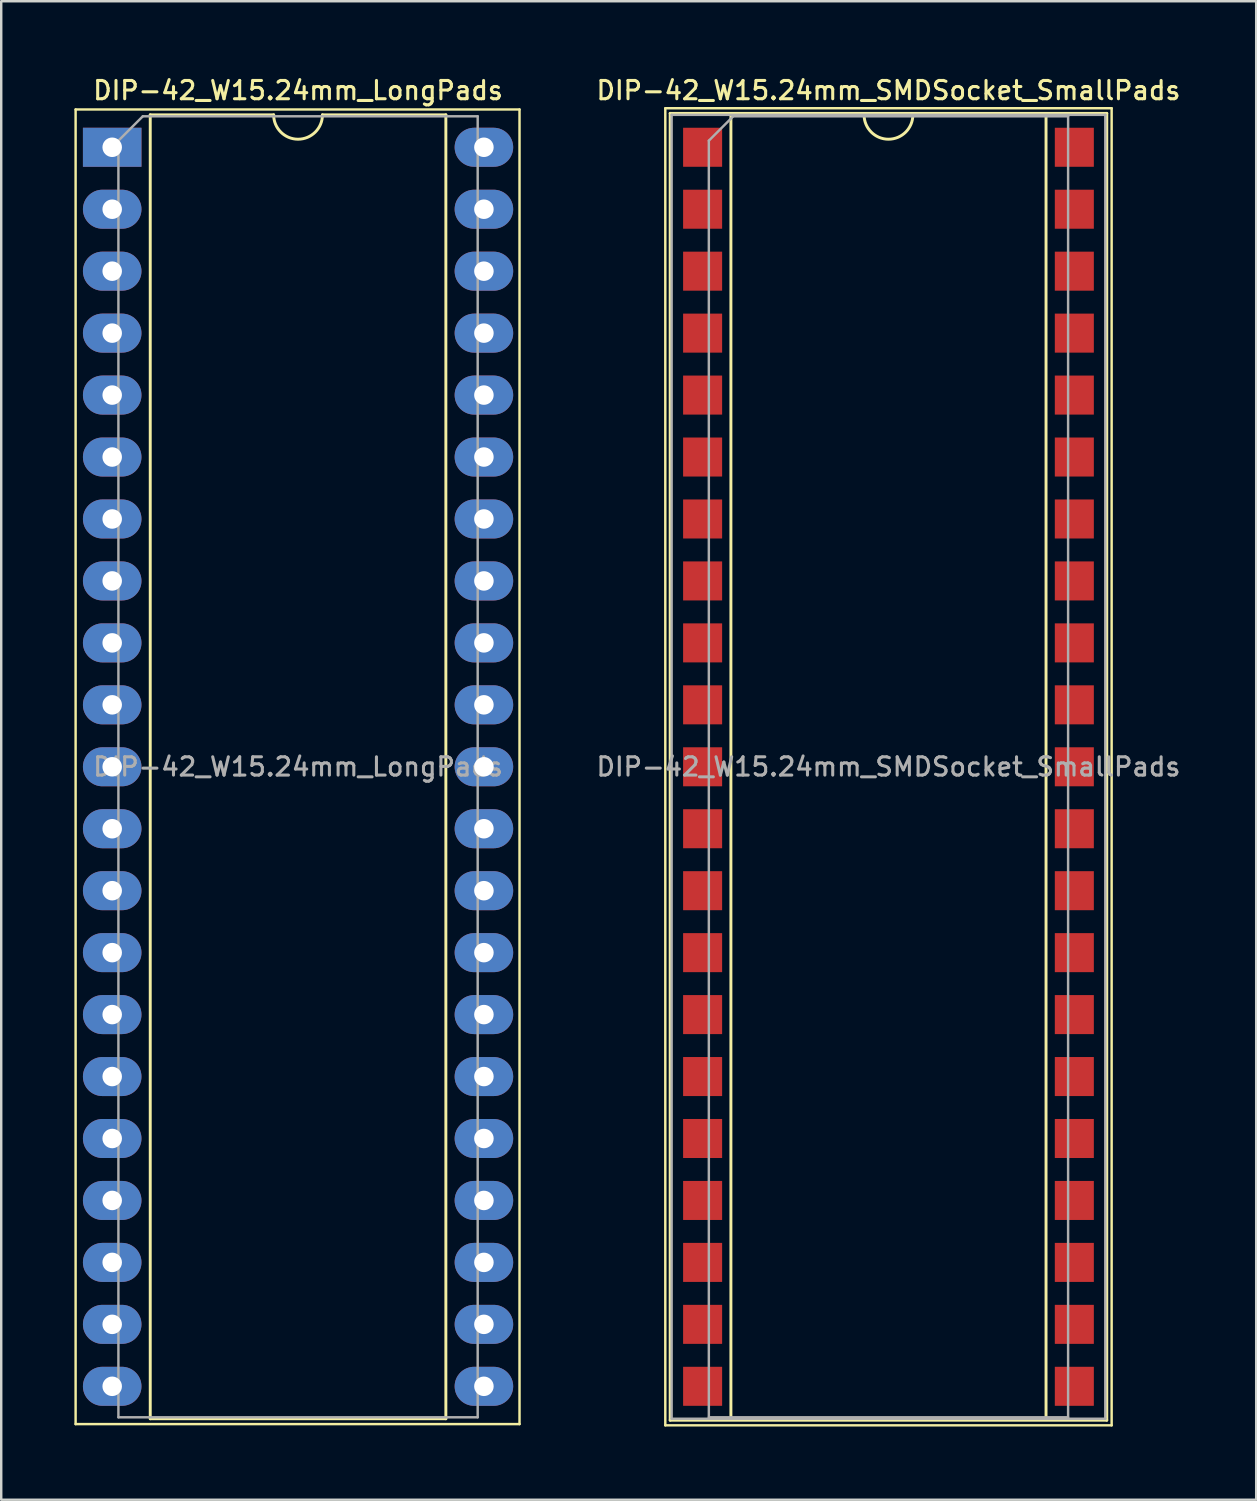
<source format=kicad_pcb>
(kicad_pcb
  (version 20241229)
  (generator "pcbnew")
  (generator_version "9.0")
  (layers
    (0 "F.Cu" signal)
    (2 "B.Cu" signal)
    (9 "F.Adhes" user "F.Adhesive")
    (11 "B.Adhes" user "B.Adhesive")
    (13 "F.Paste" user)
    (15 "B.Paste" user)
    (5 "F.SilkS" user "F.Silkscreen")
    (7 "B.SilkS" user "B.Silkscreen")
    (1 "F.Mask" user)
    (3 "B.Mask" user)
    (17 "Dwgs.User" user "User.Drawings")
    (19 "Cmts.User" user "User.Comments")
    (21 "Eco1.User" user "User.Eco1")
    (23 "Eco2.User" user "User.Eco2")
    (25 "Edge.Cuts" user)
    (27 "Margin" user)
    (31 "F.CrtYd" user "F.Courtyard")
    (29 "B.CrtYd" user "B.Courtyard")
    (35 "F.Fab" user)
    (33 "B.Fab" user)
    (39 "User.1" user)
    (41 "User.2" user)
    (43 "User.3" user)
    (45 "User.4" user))
  (footprint "DIP-42_W15.24mm_SMDSocket_SmallPads"
    (layer "F.Cu")
    (at 33.377 28.388)
    (property "Reference" "DIP-42_W15.24mm_SMDSocket_SmallPads" (at 0 -27.73 0) (layer "F.SilkS") (effects (font (size 0.75 0.75) (thickness 0.125))))
    (attr smd)
    (fp_line (start -9.15 -27) (end -9.15 27) (stroke (width 0.1) (type solid)) (layer "F.SilkS"))
    (fp_line (start -9.15 27) (end 9.15 27) (stroke (width 0.1) (type solid)) (layer "F.SilkS"))
    (fp_line (start -8.95 -26.79) (end -8.95 26.79) (stroke (width 0.12) (type solid)) (layer "F.SilkS"))
    (fp_line (start -8.95 26.79) (end 8.95 26.79) (stroke (width 0.12) (type solid)) (layer "F.SilkS"))
    (fp_line (start -6.46 -26.73) (end -6.46 26.73) (stroke (width 0.12) (type solid)) (layer "F.SilkS"))
    (fp_line (start -6.46 26.73) (end 6.46 26.73) (stroke (width 0.12) (type solid)) (layer "F.SilkS"))
    (fp_line (start -1 -26.73) (end -6.46 -26.73) (stroke (width 0.12) (type solid)) (layer "F.SilkS"))
    (fp_line (start 6.46 -26.73) (end 1 -26.73) (stroke (width 0.12) (type solid)) (layer "F.SilkS"))
    (fp_line (start 6.46 26.73) (end 6.46 -26.73) (stroke (width 0.12) (type solid)) (layer "F.SilkS"))
    (fp_line (start 8.95 -26.79) (end -8.95 -26.79) (stroke (width 0.12) (type solid)) (layer "F.SilkS"))
    (fp_line (start 8.95 26.79) (end 8.95 -26.79) (stroke (width 0.12) (type solid)) (layer "F.SilkS"))
    (fp_line (start 9.15 -27) (end -9.15 -27) (stroke (width 0.1) (type solid)) (layer "F.SilkS"))
    (fp_line (start 9.15 27) (end 9.15 -27) (stroke (width 0.1) (type solid)) (layer "F.SilkS"))
    (fp_arc (start 1 -26.73) (mid 0 -25.73) (end -1 -26.73) (stroke (width 0.12) (type solid)) (layer "F.SilkS"))
    (fp_line (start -8.89 -26.73) (end -8.89 26.73) (stroke (width 0.1) (type solid)) (layer "F.Fab"))
    (fp_line (start -8.89 26.73) (end 8.89 26.73) (stroke (width 0.1) (type solid)) (layer "F.Fab"))
    (fp_line (start -7.365 -25.67) (end -6.365 -26.67) (stroke (width 0.1) (type solid)) (layer "F.Fab"))
    (fp_line (start -7.365 26.67) (end -7.365 -25.67) (stroke (width 0.1) (type solid)) (layer "F.Fab"))
    (fp_line (start -6.365 -26.67) (end 7.365 -26.67) (stroke (width 0.1) (type solid)) (layer "F.Fab"))
    (fp_line (start 7.365 -26.67) (end 7.365 26.67) (stroke (width 0.1) (type solid)) (layer "F.Fab"))
    (fp_line (start 7.365 26.67) (end -7.365 26.67) (stroke (width 0.1) (type solid)) (layer "F.Fab"))
    (fp_line (start 8.89 -26.73) (end -8.89 -26.73) (stroke (width 0.1) (type solid)) (layer "F.Fab"))
    (fp_line (start 8.89 26.73) (end 8.89 -26.73) (stroke (width 0.1) (type solid)) (layer "F.Fab"))
    (fp_text user "${REFERENCE}" (at 0 0 0) (layer "F.Fab") (effects (font (size 0.75 0.75) (thickness 0.125))))
    (pad "1" smd rect (at -7.62 -25.4) (size 1.6 1.6) (layers "F.Cu" "F.Mask" "F.Paste"))
    (pad "2" smd rect (at -7.62 -22.86) (size 1.6 1.6) (layers "F.Cu" "F.Mask" "F.Paste"))
    (pad "3" smd rect (at -7.62 -20.32) (size 1.6 1.6) (layers "F.Cu" "F.Mask" "F.Paste"))
    (pad "4" smd rect (at -7.62 -17.78) (size 1.6 1.6) (layers "F.Cu" "F.Mask" "F.Paste"))
    (pad "5" smd rect (at -7.62 -15.24) (size 1.6 1.6) (layers "F.Cu" "F.Mask" "F.Paste"))
    (pad "6" smd rect (at -7.62 -12.7) (size 1.6 1.6) (layers "F.Cu" "F.Mask" "F.Paste"))
    (pad "7" smd rect (at -7.62 -10.16) (size 1.6 1.6) (layers "F.Cu" "F.Mask" "F.Paste"))
    (pad "8" smd rect (at -7.62 -7.62) (size 1.6 1.6) (layers "F.Cu" "F.Mask" "F.Paste"))
    (pad "9" smd rect (at -7.62 -5.08) (size 1.6 1.6) (layers "F.Cu" "F.Mask" "F.Paste"))
    (pad "10" smd rect (at -7.62 -2.54) (size 1.6 1.6) (layers "F.Cu" "F.Mask" "F.Paste"))
    (pad "11" smd rect (at -7.62 0) (size 1.6 1.6) (layers "F.Cu" "F.Mask" "F.Paste"))
    (pad "12" smd rect (at -7.62 2.54) (size 1.6 1.6) (layers "F.Cu" "F.Mask" "F.Paste"))
    (pad "13" smd rect (at -7.62 5.08) (size 1.6 1.6) (layers "F.Cu" "F.Mask" "F.Paste"))
    (pad "14" smd rect (at -7.62 7.62) (size 1.6 1.6) (layers "F.Cu" "F.Mask" "F.Paste"))
    (pad "15" smd rect (at -7.62 10.16) (size 1.6 1.6) (layers "F.Cu" "F.Mask" "F.Paste"))
    (pad "16" smd rect (at -7.62 12.7) (size 1.6 1.6) (layers "F.Cu" "F.Mask" "F.Paste"))
    (pad "17" smd rect (at -7.62 15.24) (size 1.6 1.6) (layers "F.Cu" "F.Mask" "F.Paste"))
    (pad "18" smd rect (at -7.62 17.78) (size 1.6 1.6) (layers "F.Cu" "F.Mask" "F.Paste"))
    (pad "19" smd rect (at -7.62 20.32) (size 1.6 1.6) (layers "F.Cu" "F.Mask" "F.Paste"))
    (pad "20" smd rect (at -7.62 22.86) (size 1.6 1.6) (layers "F.Cu" "F.Mask" "F.Paste"))
    (pad "21" smd rect (at -7.62 25.4) (size 1.6 1.6) (layers "F.Cu" "F.Mask" "F.Paste"))
    (pad "22" smd rect (at 7.62 25.4) (size 1.6 1.6) (layers "F.Cu" "F.Mask" "F.Paste"))
    (pad "23" smd rect (at 7.62 22.86) (size 1.6 1.6) (layers "F.Cu" "F.Mask" "F.Paste"))
    (pad "24" smd rect (at 7.62 20.32) (size 1.6 1.6) (layers "F.Cu" "F.Mask" "F.Paste"))
    (pad "25" smd rect (at 7.62 17.78) (size 1.6 1.6) (layers "F.Cu" "F.Mask" "F.Paste"))
    (pad "26" smd rect (at 7.62 15.24) (size 1.6 1.6) (layers "F.Cu" "F.Mask" "F.Paste"))
    (pad "27" smd rect (at 7.62 12.7) (size 1.6 1.6) (layers "F.Cu" "F.Mask" "F.Paste"))
    (pad "28" smd rect (at 7.62 10.16) (size 1.6 1.6) (layers "F.Cu" "F.Mask" "F.Paste"))
    (pad "29" smd rect (at 7.62 7.62) (size 1.6 1.6) (layers "F.Cu" "F.Mask" "F.Paste"))
    (pad "30" smd rect (at 7.62 5.08) (size 1.6 1.6) (layers "F.Cu" "F.Mask" "F.Paste"))
    (pad "31" smd rect (at 7.62 2.54) (size 1.6 1.6) (layers "F.Cu" "F.Mask" "F.Paste"))
    (pad "32" smd rect (at 7.62 0) (size 1.6 1.6) (layers "F.Cu" "F.Mask" "F.Paste"))
    (pad "33" smd rect (at 7.62 -2.54) (size 1.6 1.6) (layers "F.Cu" "F.Mask" "F.Paste"))
    (pad "34" smd rect (at 7.62 -5.08) (size 1.6 1.6) (layers "F.Cu" "F.Mask" "F.Paste"))
    (pad "35" smd rect (at 7.62 -7.62) (size 1.6 1.6) (layers "F.Cu" "F.Mask" "F.Paste"))
    (pad "36" smd rect (at 7.62 -10.16) (size 1.6 1.6) (layers "F.Cu" "F.Mask" "F.Paste"))
    (pad "37" smd rect (at 7.62 -12.7) (size 1.6 1.6) (layers "F.Cu" "F.Mask" "F.Paste"))
    (pad "38" smd rect (at 7.62 -15.24) (size 1.6 1.6) (layers "F.Cu" "F.Mask" "F.Paste"))
    (pad "39" smd rect (at 7.62 -17.78) (size 1.6 1.6) (layers "F.Cu" "F.Mask" "F.Paste"))
    (pad "40" smd rect (at 7.62 -20.32) (size 1.6 1.6) (layers "F.Cu" "F.Mask" "F.Paste"))
    (pad "41" smd rect (at 7.62 -22.86) (size 1.6 1.6) (layers "F.Cu" "F.Mask" "F.Paste"))
    (pad "42" smd rect (at 7.62 -25.4) (size 1.6 1.6) (layers "F.Cu" "F.Mask" "F.Paste")))
  (footprint "DIP-42_W15.24mm_LongPads"
    (layer "F.Cu")
    (at 1.55 2.988)
    (property "Reference" "DIP-42_W15.24mm_LongPads" (at 7.62 -2.33 0) (layer "F.SilkS") (effects (font (size 0.75 0.75) (thickness 0.125))))
    (attr through_hole)
    (fp_line (start -1.5 -1.55) (end -1.5 52.35) (stroke (width 0.1) (type solid)) (layer "F.SilkS"))
    (fp_line (start -1.5 52.35) (end 16.7 52.35) (stroke (width 0.1) (type solid)) (layer "F.SilkS"))
    (fp_line (start 1.56 -1.33) (end 1.56 52.13) (stroke (width 0.12) (type solid)) (layer "F.SilkS"))
    (fp_line (start 1.56 52.13) (end 13.68 52.13) (stroke (width 0.12) (type solid)) (layer "F.SilkS"))
    (fp_line (start 6.62 -1.33) (end 1.56 -1.33) (stroke (width 0.12) (type solid)) (layer "F.SilkS"))
    (fp_line (start 13.68 -1.33) (end 8.62 -1.33) (stroke (width 0.12) (type solid)) (layer "F.SilkS"))
    (fp_line (start 13.68 52.13) (end 13.68 -1.33) (stroke (width 0.12) (type solid)) (layer "F.SilkS"))
    (fp_line (start 16.7 -1.55) (end -1.5 -1.55) (stroke (width 0.1) (type solid)) (layer "F.SilkS"))
    (fp_line (start 16.7 52.35) (end 16.7 -1.55) (stroke (width 0.1) (type solid)) (layer "F.SilkS"))
    (fp_arc (start 8.62 -1.33) (mid 7.62 -0.33) (end 6.62 -1.33) (stroke (width 0.12) (type solid)) (layer "F.SilkS"))
    (fp_line (start 0.255 -0.27) (end 1.255 -1.27) (stroke (width 0.1) (type solid)) (layer "F.Fab"))
    (fp_line (start 0.255 52.07) (end 0.255 -0.27) (stroke (width 0.1) (type solid)) (layer "F.Fab"))
    (fp_line (start 1.255 -1.27) (end 14.985 -1.27) (stroke (width 0.1) (type solid)) (layer "F.Fab"))
    (fp_line (start 14.985 -1.27) (end 14.985 52.07) (stroke (width 0.1) (type solid)) (layer "F.Fab"))
    (fp_line (start 14.985 52.07) (end 0.255 52.07) (stroke (width 0.1) (type solid)) (layer "F.Fab"))
    (fp_text user "${REFERENCE}" (at 7.62 25.4 0) (layer "F.Fab") (effects (font (size 0.75 0.75) (thickness 0.125))))
    (pad "1" thru_hole rect (at 0 0) (size 2.4 1.6) (drill 0.8) (layers "*.Cu" "*.Mask"))
    (pad "2" thru_hole oval (at 0 2.54) (size 2.4 1.6) (drill 0.8) (layers "*.Cu" "*.Mask"))
    (pad "3" thru_hole oval (at 0 5.08) (size 2.4 1.6) (drill 0.8) (layers "*.Cu" "*.Mask"))
    (pad "4" thru_hole oval (at 0 7.62) (size 2.4 1.6) (drill 0.8) (layers "*.Cu" "*.Mask"))
    (pad "5" thru_hole oval (at 0 10.16) (size 2.4 1.6) (drill 0.8) (layers "*.Cu" "*.Mask"))
    (pad "6" thru_hole oval (at 0 12.7) (size 2.4 1.6) (drill 0.8) (layers "*.Cu" "*.Mask"))
    (pad "7" thru_hole oval (at 0 15.24) (size 2.4 1.6) (drill 0.8) (layers "*.Cu" "*.Mask"))
    (pad "8" thru_hole oval (at 0 17.78) (size 2.4 1.6) (drill 0.8) (layers "*.Cu" "*.Mask"))
    (pad "9" thru_hole oval (at 0 20.32) (size 2.4 1.6) (drill 0.8) (layers "*.Cu" "*.Mask"))
    (pad "10" thru_hole oval (at 0 22.86) (size 2.4 1.6) (drill 0.8) (layers "*.Cu" "*.Mask"))
    (pad "11" thru_hole oval (at 0 25.4) (size 2.4 1.6) (drill 0.8) (layers "*.Cu" "*.Mask"))
    (pad "12" thru_hole oval (at 0 27.94) (size 2.4 1.6) (drill 0.8) (layers "*.Cu" "*.Mask"))
    (pad "13" thru_hole oval (at 0 30.48) (size 2.4 1.6) (drill 0.8) (layers "*.Cu" "*.Mask"))
    (pad "14" thru_hole oval (at 0 33.02) (size 2.4 1.6) (drill 0.8) (layers "*.Cu" "*.Mask"))
    (pad "15" thru_hole oval (at 0 35.56) (size 2.4 1.6) (drill 0.8) (layers "*.Cu" "*.Mask"))
    (pad "16" thru_hole oval (at 0 38.1) (size 2.4 1.6) (drill 0.8) (layers "*.Cu" "*.Mask"))
    (pad "17" thru_hole oval (at 0 40.64) (size 2.4 1.6) (drill 0.8) (layers "*.Cu" "*.Mask"))
    (pad "18" thru_hole oval (at 0 43.18) (size 2.4 1.6) (drill 0.8) (layers "*.Cu" "*.Mask"))
    (pad "19" thru_hole oval (at 0 45.72) (size 2.4 1.6) (drill 0.8) (layers "*.Cu" "*.Mask"))
    (pad "20" thru_hole oval (at 0 48.26) (size 2.4 1.6) (drill 0.8) (layers "*.Cu" "*.Mask"))
    (pad "21" thru_hole oval (at 0 50.8) (size 2.4 1.6) (drill 0.8) (layers "*.Cu" "*.Mask"))
    (pad "22" thru_hole oval (at 15.24 50.8) (size 2.4 1.6) (drill 0.8) (layers "*.Cu" "*.Mask"))
    (pad "23" thru_hole oval (at 15.24 48.26) (size 2.4 1.6) (drill 0.8) (layers "*.Cu" "*.Mask"))
    (pad "24" thru_hole oval (at 15.24 45.72) (size 2.4 1.6) (drill 0.8) (layers "*.Cu" "*.Mask"))
    (pad "25" thru_hole oval (at 15.24 43.18) (size 2.4 1.6) (drill 0.8) (layers "*.Cu" "*.Mask"))
    (pad "26" thru_hole oval (at 15.24 40.64) (size 2.4 1.6) (drill 0.8) (layers "*.Cu" "*.Mask"))
    (pad "27" thru_hole oval (at 15.24 38.1) (size 2.4 1.6) (drill 0.8) (layers "*.Cu" "*.Mask"))
    (pad "28" thru_hole oval (at 15.24 35.56) (size 2.4 1.6) (drill 0.8) (layers "*.Cu" "*.Mask"))
    (pad "29" thru_hole oval (at 15.24 33.02) (size 2.4 1.6) (drill 0.8) (layers "*.Cu" "*.Mask"))
    (pad "30" thru_hole oval (at 15.24 30.48) (size 2.4 1.6) (drill 0.8) (layers "*.Cu" "*.Mask"))
    (pad "31" thru_hole oval (at 15.24 27.94) (size 2.4 1.6) (drill 0.8) (layers "*.Cu" "*.Mask"))
    (pad "32" thru_hole oval (at 15.24 25.4) (size 2.4 1.6) (drill 0.8) (layers "*.Cu" "*.Mask"))
    (pad "33" thru_hole oval (at 15.24 22.86) (size 2.4 1.6) (drill 0.8) (layers "*.Cu" "*.Mask"))
    (pad "34" thru_hole oval (at 15.24 20.32) (size 2.4 1.6) (drill 0.8) (layers "*.Cu" "*.Mask"))
    (pad "35" thru_hole oval (at 15.24 17.78) (size 2.4 1.6) (drill 0.8) (layers "*.Cu" "*.Mask"))
    (pad "36" thru_hole oval (at 15.24 15.24) (size 2.4 1.6) (drill 0.8) (layers "*.Cu" "*.Mask"))
    (pad "37" thru_hole oval (at 15.24 12.7) (size 2.4 1.6) (drill 0.8) (layers "*.Cu" "*.Mask"))
    (pad "38" thru_hole oval (at 15.24 10.16) (size 2.4 1.6) (drill 0.8) (layers "*.Cu" "*.Mask"))
    (pad "39" thru_hole oval (at 15.24 7.62) (size 2.4 1.6) (drill 0.8) (layers "*.Cu" "*.Mask"))
    (pad "40" thru_hole oval (at 15.24 5.08) (size 2.4 1.6) (drill 0.8) (layers "*.Cu" "*.Mask"))
    (pad "41" thru_hole oval (at 15.24 2.54) (size 2.4 1.6) (drill 0.8) (layers "*.Cu" "*.Mask"))
    (pad "42" thru_hole oval (at 15.24 0) (size 2.4 1.6) (drill 0.8) (layers "*.Cu" "*.Mask")))
  (gr_rect
    (start -3 -3)
    (end 48.454 58.438)
    (stroke (width 0.1) (type default))
    (fill no)
    (layer "Edge.Cuts")))
</source>
